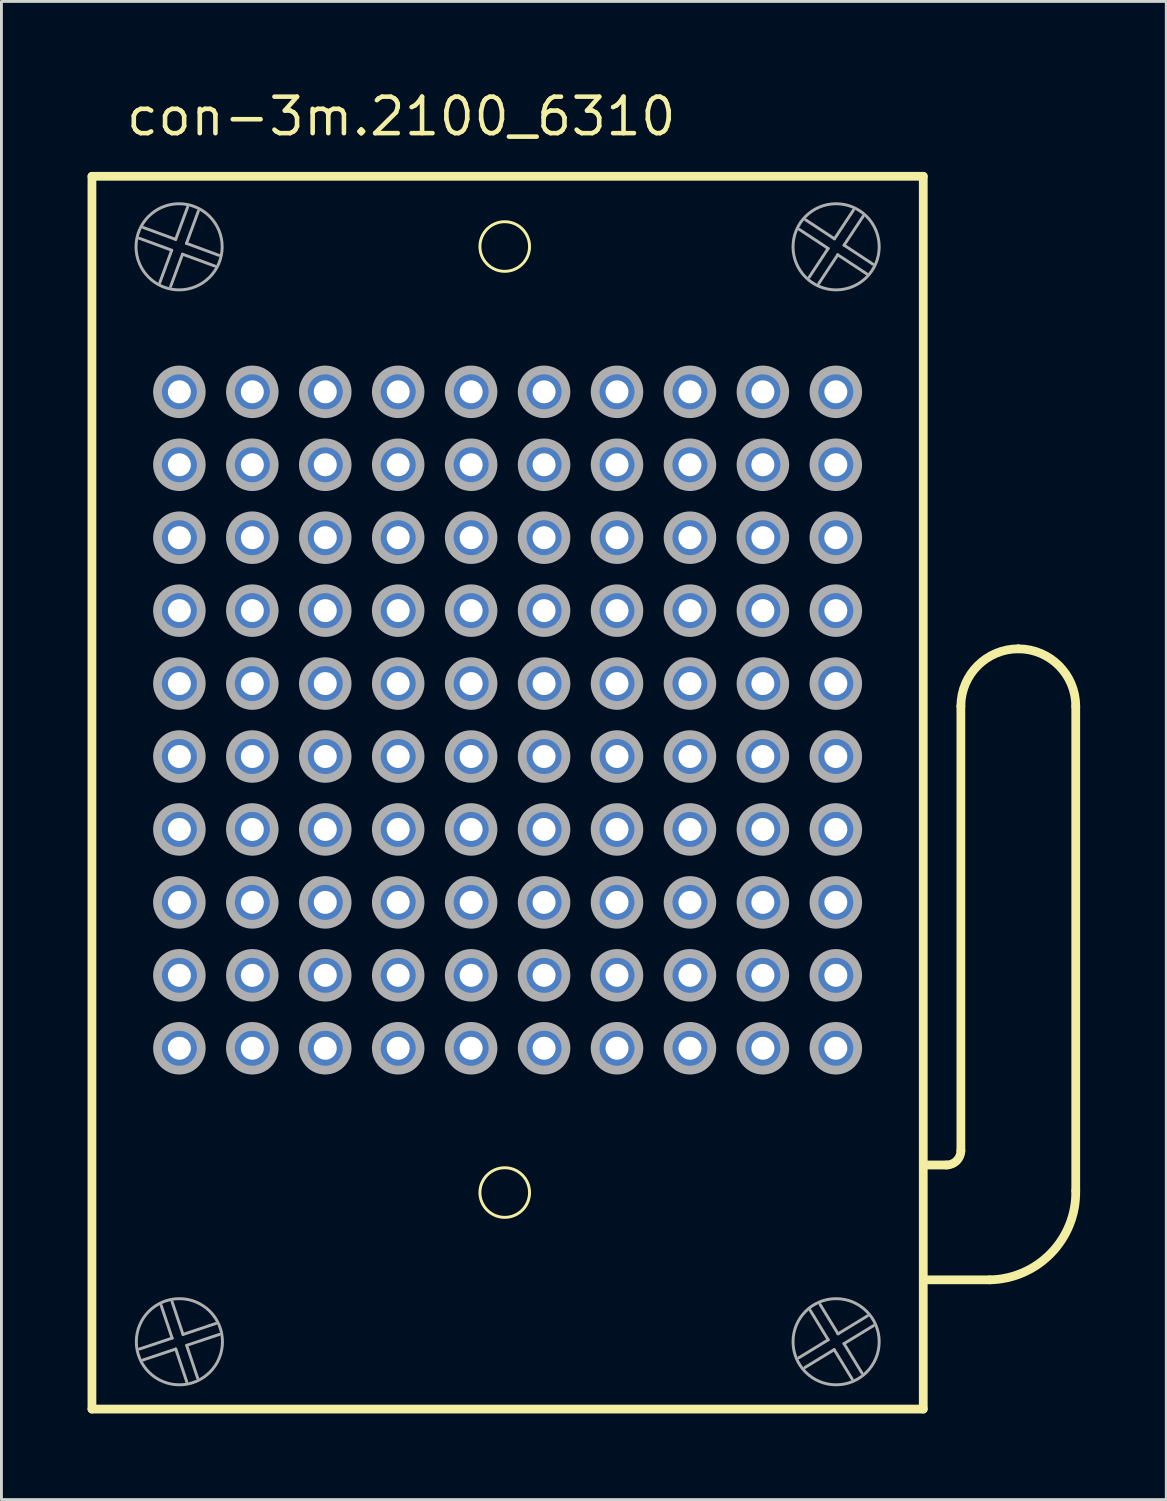
<source format=kicad_pcb>
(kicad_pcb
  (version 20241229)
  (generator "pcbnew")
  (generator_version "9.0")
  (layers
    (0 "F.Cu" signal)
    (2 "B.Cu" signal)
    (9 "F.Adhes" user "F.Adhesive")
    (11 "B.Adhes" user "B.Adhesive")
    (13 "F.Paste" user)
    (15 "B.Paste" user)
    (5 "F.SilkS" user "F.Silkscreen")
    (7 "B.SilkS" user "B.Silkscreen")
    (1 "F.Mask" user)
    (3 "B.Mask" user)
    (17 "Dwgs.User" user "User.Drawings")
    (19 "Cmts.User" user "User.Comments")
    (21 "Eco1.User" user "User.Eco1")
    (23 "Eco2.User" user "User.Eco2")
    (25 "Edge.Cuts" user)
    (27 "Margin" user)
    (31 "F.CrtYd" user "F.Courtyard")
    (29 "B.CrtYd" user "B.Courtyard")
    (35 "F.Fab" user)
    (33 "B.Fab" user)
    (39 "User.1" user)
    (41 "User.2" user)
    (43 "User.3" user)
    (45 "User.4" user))
  (footprint "con-3m.2100_6310"
    (layer "F.Cu")
    (at 14.627 22.025)
    (property "Reference" "con-3m.2100_6310" (at -13.365 -20.275 0) (layer "F.SilkS") (effects (font (size 1.27 1.27) (thickness 0.16)) (justify left bottom)))
    (attr through_hole)
    (fp_line (start -14.475 -18.935) (end 14.475 -18.935) (stroke (width 0.305) (type default)) (layer "F.SilkS"))
    (fp_line (start -14.475 23.995) (end -14.475 -18.935) (stroke (width 0.305) (type default)) (layer "F.SilkS"))
    (fp_line (start 14.475 -18.935) (end 14.475 23.995) (stroke (width 0.305) (type default)) (layer "F.SilkS"))
    (fp_line (start 14.475 23.995) (end -14.475 23.995) (stroke (width 0.305) (type default)) (layer "F.SilkS"))
    (fp_line (start 15.285 15.495) (end 14.521 15.495) (stroke (width 0.305) (type default)) (layer "F.SilkS"))
    (fp_line (start 15.785 14.995) (end 15.785 -0.48) (stroke (width 0.305) (type default)) (layer "F.SilkS"))
    (fp_line (start 16.785 19.495) (end 14.521 19.495) (stroke (width 0.305) (type default)) (layer "F.SilkS"))
    (fp_line (start 19.785 -0.48) (end 19.785 16.39) (stroke (width 0.305) (type default)) (layer "F.SilkS"))
    (fp_arc (start 15.785 -0.48) (mid 16.370786 -1.894214) (end 17.785 -2.48) (stroke (width 0.3048) (type default)) (layer "F.SilkS"))
    (fp_arc (start 15.785 14.995) (mid 15.638553 15.348553) (end 15.285 15.495) (stroke (width 0.3048) (type default)) (layer "F.SilkS"))
    (fp_arc (start 17.785 -2.48) (mid 19.199214 -1.894214) (end 19.785 -0.48) (stroke (width 0.3048) (type default)) (layer "F.SilkS"))
    (fp_arc (start 19.785 16.39) (mid 18.928067 18.56382) (end 16.785 19.495) (stroke (width 0.3048) (type default)) (layer "F.SilkS"))
    (fp_circle (center -0.1 -16.49) (end 0.764 -16.49) (stroke (width 0.102) (type default)) (fill no) (layer "F.SilkS"))
    (fp_circle (center -0.1 16.455) (end 0.764 16.455) (stroke (width 0.102) (type default)) (fill no) (layer "F.SilkS"))
    (fp_line (start -12.821 21.904) (end -11.683 21.524) (stroke (width 0.102) (type default)) (layer "F.Fab"))
    (fp_line (start -12.685 -17.151) (end -11.559 -16.737) (stroke (width 0.102) (type default)) (layer "F.Fab"))
    (fp_line (start -12.111 -15.235) (end -11.697 -16.361) (stroke (width 0.102) (type default)) (layer "F.Fab"))
    (fp_line (start -11.697 -16.361) (end -12.823 -16.776) (stroke (width 0.102) (type default)) (layer "F.Fab"))
    (fp_line (start -11.684 20.259) (end -11.304 21.397) (stroke (width 0.102) (type default)) (layer "F.Fab"))
    (fp_line (start -11.683 21.524) (end -12.064 20.386) (stroke (width 0.102) (type default)) (layer "F.Fab"))
    (fp_line (start -11.559 -16.737) (end -11.144 -17.863) (stroke (width 0.102) (type default)) (layer "F.Fab"))
    (fp_line (start -11.556 21.903) (end -12.694 22.284) (stroke (width 0.102) (type default)) (layer "F.Fab"))
    (fp_line (start -11.321 -16.223) (end -11.736 -15.097) (stroke (width 0.102) (type default)) (layer "F.Fab"))
    (fp_line (start -11.304 21.397) (end -10.166 21.016) (stroke (width 0.102) (type default)) (layer "F.Fab"))
    (fp_line (start -11.183 -16.599) (end -10.057 -16.184) (stroke (width 0.102) (type default)) (layer "F.Fab"))
    (fp_line (start -11.177 21.776) (end -10.796 22.914) (stroke (width 0.102) (type default)) (layer "F.Fab"))
    (fp_line (start -11.175 23.041) (end -11.556 21.903) (stroke (width 0.102) (type default)) (layer "F.Fab"))
    (fp_line (start -10.769 -17.725) (end -11.183 -16.599) (stroke (width 0.102) (type default)) (layer "F.Fab"))
    (fp_line (start -10.195 -15.809) (end -11.321 -16.223) (stroke (width 0.102) (type default)) (layer "F.Fab"))
    (fp_line (start -10.039 21.395) (end -11.177 21.776) (stroke (width 0.102) (type default)) (layer "F.Fab"))
    (fp_line (start 10.141 22.209) (end 11.165 21.583) (stroke (width 0.102) (type default)) (layer "F.Fab"))
    (fp_line (start 10.381 -17.418) (end 11.383 -16.757) (stroke (width 0.102) (type default)) (layer "F.Fab"))
    (fp_line (start 10.502 -15.421) (end 11.163 -16.423) (stroke (width 0.102) (type default)) (layer "F.Fab"))
    (fp_line (start 10.881 20.351) (end 11.507 21.375) (stroke (width 0.102) (type default)) (layer "F.Fab"))
    (fp_line (start 11.163 -16.423) (end 10.161 -17.084) (stroke (width 0.102) (type default)) (layer "F.Fab"))
    (fp_line (start 11.165 21.583) (end 10.54 20.559) (stroke (width 0.102) (type default)) (layer "F.Fab"))
    (fp_line (start 11.373 21.925) (end 10.349 22.55) (stroke (width 0.102) (type default)) (layer "F.Fab"))
    (fp_line (start 11.383 -16.757) (end 12.044 -17.759) (stroke (width 0.102) (type default)) (layer "F.Fab"))
    (fp_line (start 11.497 -16.203) (end 10.836 -15.201) (stroke (width 0.102) (type default)) (layer "F.Fab"))
    (fp_line (start 11.507 21.375) (end 12.531 20.75) (stroke (width 0.102) (type default)) (layer "F.Fab"))
    (fp_line (start 11.715 21.716) (end 12.34 22.741) (stroke (width 0.102) (type default)) (layer "F.Fab"))
    (fp_line (start 11.717 -16.537) (end 12.719 -15.876) (stroke (width 0.102) (type default)) (layer "F.Fab"))
    (fp_line (start 11.999 22.949) (end 11.373 21.925) (stroke (width 0.102) (type default)) (layer "F.Fab"))
    (fp_line (start 12.378 -17.539) (end 11.717 -16.537) (stroke (width 0.102) (type default)) (layer "F.Fab"))
    (fp_line (start 12.499 -15.542) (end 11.497 -16.203) (stroke (width 0.102) (type default)) (layer "F.Fab"))
    (fp_line (start 12.739 21.091) (end 11.715 21.716) (stroke (width 0.102) (type default)) (layer "F.Fab"))
    (fp_circle (center -11.44 -16.48) (end -9.94 -16.48) (stroke (width 0.102) (type default)) (fill no) (layer "F.Fab"))
    (fp_circle (center -11.43 -11.43) (end -10.668 -11.43) (stroke (width 0.305) (type default)) (fill no) (layer "F.Fab"))
    (fp_circle (center -11.43 -8.89) (end -10.668 -8.89) (stroke (width 0.305) (type default)) (fill no) (layer "F.Fab"))
    (fp_circle (center -11.43 -6.35) (end -10.668 -6.35) (stroke (width 0.305) (type default)) (fill no) (layer "F.Fab"))
    (fp_circle (center -11.43 -3.81) (end -10.668 -3.81) (stroke (width 0.305) (type default)) (fill no) (layer "F.Fab"))
    (fp_circle (center -11.43 -1.27) (end -10.668 -1.27) (stroke (width 0.305) (type default)) (fill no) (layer "F.Fab"))
    (fp_circle (center -11.43 1.27) (end -10.668 1.27) (stroke (width 0.305) (type default)) (fill no) (layer "F.Fab"))
    (fp_circle (center -11.43 3.81) (end -10.668 3.81) (stroke (width 0.305) (type default)) (fill no) (layer "F.Fab"))
    (fp_circle (center -11.43 6.35) (end -10.668 6.35) (stroke (width 0.305) (type default)) (fill no) (layer "F.Fab"))
    (fp_circle (center -11.43 8.89) (end -10.668 8.89) (stroke (width 0.305) (type default)) (fill no) (layer "F.Fab"))
    (fp_circle (center -11.43 11.43) (end -10.668 11.43) (stroke (width 0.305) (type default)) (fill no) (layer "F.Fab"))
    (fp_circle (center -11.43 21.65) (end -9.93 21.65) (stroke (width 0.102) (type default)) (fill no) (layer "F.Fab"))
    (fp_circle (center -8.89 -11.43) (end -8.128 -11.43) (stroke (width 0.305) (type default)) (fill no) (layer "F.Fab"))
    (fp_circle (center -8.89 -8.89) (end -8.128 -8.89) (stroke (width 0.305) (type default)) (fill no) (layer "F.Fab"))
    (fp_circle (center -8.89 -6.35) (end -8.128 -6.35) (stroke (width 0.305) (type default)) (fill no) (layer "F.Fab"))
    (fp_circle (center -8.89 -3.81) (end -8.128 -3.81) (stroke (width 0.305) (type default)) (fill no) (layer "F.Fab"))
    (fp_circle (center -8.89 -1.27) (end -8.128 -1.27) (stroke (width 0.305) (type default)) (fill no) (layer "F.Fab"))
    (fp_circle (center -8.89 1.27) (end -8.128 1.27) (stroke (width 0.305) (type default)) (fill no) (layer "F.Fab"))
    (fp_circle (center -8.89 3.81) (end -8.128 3.81) (stroke (width 0.305) (type default)) (fill no) (layer "F.Fab"))
    (fp_circle (center -8.89 6.35) (end -8.128 6.35) (stroke (width 0.305) (type default)) (fill no) (layer "F.Fab"))
    (fp_circle (center -8.89 8.89) (end -8.128 8.89) (stroke (width 0.305) (type default)) (fill no) (layer "F.Fab"))
    (fp_circle (center -8.89 11.43) (end -8.128 11.43) (stroke (width 0.305) (type default)) (fill no) (layer "F.Fab"))
    (fp_circle (center -6.35 -11.43) (end -5.588 -11.43) (stroke (width 0.305) (type default)) (fill no) (layer "F.Fab"))
    (fp_circle (center -6.35 -8.89) (end -5.588 -8.89) (stroke (width 0.305) (type default)) (fill no) (layer "F.Fab"))
    (fp_circle (center -6.35 -6.35) (end -5.588 -6.35) (stroke (width 0.305) (type default)) (fill no) (layer "F.Fab"))
    (fp_circle (center -6.35 -3.81) (end -5.588 -3.81) (stroke (width 0.305) (type default)) (fill no) (layer "F.Fab"))
    (fp_circle (center -6.35 -1.27) (end -5.588 -1.27) (stroke (width 0.305) (type default)) (fill no) (layer "F.Fab"))
    (fp_circle (center -6.35 1.27) (end -5.588 1.27) (stroke (width 0.305) (type default)) (fill no) (layer "F.Fab"))
    (fp_circle (center -6.35 3.81) (end -5.588 3.81) (stroke (width 0.305) (type default)) (fill no) (layer "F.Fab"))
    (fp_circle (center -6.35 6.35) (end -5.588 6.35) (stroke (width 0.305) (type default)) (fill no) (layer "F.Fab"))
    (fp_circle (center -6.35 8.89) (end -5.588 8.89) (stroke (width 0.305) (type default)) (fill no) (layer "F.Fab"))
    (fp_circle (center -6.35 11.43) (end -5.588 11.43) (stroke (width 0.305) (type default)) (fill no) (layer "F.Fab"))
    (fp_circle (center -3.81 -11.43) (end -3.048 -11.43) (stroke (width 0.305) (type default)) (fill no) (layer "F.Fab"))
    (fp_circle (center -3.81 -8.89) (end -3.048 -8.89) (stroke (width 0.305) (type default)) (fill no) (layer "F.Fab"))
    (fp_circle (center -3.81 -6.35) (end -3.048 -6.35) (stroke (width 0.305) (type default)) (fill no) (layer "F.Fab"))
    (fp_circle (center -3.81 -3.81) (end -3.048 -3.81) (stroke (width 0.305) (type default)) (fill no) (layer "F.Fab"))
    (fp_circle (center -3.81 -1.27) (end -3.048 -1.27) (stroke (width 0.305) (type default)) (fill no) (layer "F.Fab"))
    (fp_circle (center -3.81 1.27) (end -3.048 1.27) (stroke (width 0.305) (type default)) (fill no) (layer "F.Fab"))
    (fp_circle (center -3.81 3.81) (end -3.048 3.81) (stroke (width 0.305) (type default)) (fill no) (layer "F.Fab"))
    (fp_circle (center -3.81 6.35) (end -3.048 6.35) (stroke (width 0.305) (type default)) (fill no) (layer "F.Fab"))
    (fp_circle (center -3.81 8.89) (end -3.048 8.89) (stroke (width 0.305) (type default)) (fill no) (layer "F.Fab"))
    (fp_circle (center -3.81 11.43) (end -3.048 11.43) (stroke (width 0.305) (type default)) (fill no) (layer "F.Fab"))
    (fp_circle (center -1.27 -11.43) (end -0.508 -11.43) (stroke (width 0.305) (type default)) (fill no) (layer "F.Fab"))
    (fp_circle (center -1.27 -8.89) (end -0.508 -8.89) (stroke (width 0.305) (type default)) (fill no) (layer "F.Fab"))
    (fp_circle (center -1.27 -6.35) (end -0.508 -6.35) (stroke (width 0.305) (type default)) (fill no) (layer "F.Fab"))
    (fp_circle (center -1.27 -3.81) (end -0.508 -3.81) (stroke (width 0.305) (type default)) (fill no) (layer "F.Fab"))
    (fp_circle (center -1.27 -1.27) (end -0.508 -1.27) (stroke (width 0.305) (type default)) (fill no) (layer "F.Fab"))
    (fp_circle (center -1.27 1.27) (end -0.508 1.27) (stroke (width 0.305) (type default)) (fill no) (layer "F.Fab"))
    (fp_circle (center -1.27 3.81) (end -0.508 3.81) (stroke (width 0.305) (type default)) (fill no) (layer "F.Fab"))
    (fp_circle (center -1.27 6.35) (end -0.508 6.35) (stroke (width 0.305) (type default)) (fill no) (layer "F.Fab"))
    (fp_circle (center -1.27 8.89) (end -0.508 8.89) (stroke (width 0.305) (type default)) (fill no) (layer "F.Fab"))
    (fp_circle (center -1.27 11.43) (end -0.508 11.43) (stroke (width 0.305) (type default)) (fill no) (layer "F.Fab"))
    (fp_circle (center 1.27 -11.43) (end 2.032 -11.43) (stroke (width 0.305) (type default)) (fill no) (layer "F.Fab"))
    (fp_circle (center 1.27 -8.89) (end 2.032 -8.89) (stroke (width 0.305) (type default)) (fill no) (layer "F.Fab"))
    (fp_circle (center 1.27 -6.35) (end 2.032 -6.35) (stroke (width 0.305) (type default)) (fill no) (layer "F.Fab"))
    (fp_circle (center 1.27 -3.81) (end 2.032 -3.81) (stroke (width 0.305) (type default)) (fill no) (layer "F.Fab"))
    (fp_circle (center 1.27 -1.27) (end 2.032 -1.27) (stroke (width 0.305) (type default)) (fill no) (layer "F.Fab"))
    (fp_circle (center 1.27 1.27) (end 2.032 1.27) (stroke (width 0.305) (type default)) (fill no) (layer "F.Fab"))
    (fp_circle (center 1.27 3.81) (end 2.032 3.81) (stroke (width 0.305) (type default)) (fill no) (layer "F.Fab"))
    (fp_circle (center 1.27 6.35) (end 2.032 6.35) (stroke (width 0.305) (type default)) (fill no) (layer "F.Fab"))
    (fp_circle (center 1.27 8.89) (end 2.032 8.89) (stroke (width 0.305) (type default)) (fill no) (layer "F.Fab"))
    (fp_circle (center 1.27 11.43) (end 2.032 11.43) (stroke (width 0.305) (type default)) (fill no) (layer "F.Fab"))
    (fp_circle (center 3.81 -11.43) (end 4.572 -11.43) (stroke (width 0.305) (type default)) (fill no) (layer "F.Fab"))
    (fp_circle (center 3.81 -8.89) (end 4.572 -8.89) (stroke (width 0.305) (type default)) (fill no) (layer "F.Fab"))
    (fp_circle (center 3.81 -6.35) (end 4.572 -6.35) (stroke (width 0.305) (type default)) (fill no) (layer "F.Fab"))
    (fp_circle (center 3.81 -3.81) (end 4.572 -3.81) (stroke (width 0.305) (type default)) (fill no) (layer "F.Fab"))
    (fp_circle (center 3.81 -1.27) (end 4.572 -1.27) (stroke (width 0.305) (type default)) (fill no) (layer "F.Fab"))
    (fp_circle (center 3.81 1.27) (end 4.572 1.27) (stroke (width 0.305) (type default)) (fill no) (layer "F.Fab"))
    (fp_circle (center 3.81 3.81) (end 4.572 3.81) (stroke (width 0.305) (type default)) (fill no) (layer "F.Fab"))
    (fp_circle (center 3.81 6.35) (end 4.572 6.35) (stroke (width 0.305) (type default)) (fill no) (layer "F.Fab"))
    (fp_circle (center 3.81 8.89) (end 4.572 8.89) (stroke (width 0.305) (type default)) (fill no) (layer "F.Fab"))
    (fp_circle (center 3.81 11.43) (end 4.572 11.43) (stroke (width 0.305) (type default)) (fill no) (layer "F.Fab"))
    (fp_circle (center 6.35 -11.43) (end 7.112 -11.43) (stroke (width 0.305) (type default)) (fill no) (layer "F.Fab"))
    (fp_circle (center 6.35 -8.89) (end 7.112 -8.89) (stroke (width 0.305) (type default)) (fill no) (layer "F.Fab"))
    (fp_circle (center 6.35 -6.35) (end 7.112 -6.35) (stroke (width 0.305) (type default)) (fill no) (layer "F.Fab"))
    (fp_circle (center 6.35 -3.81) (end 7.112 -3.81) (stroke (width 0.305) (type default)) (fill no) (layer "F.Fab"))
    (fp_circle (center 6.35 -1.27) (end 7.112 -1.27) (stroke (width 0.305) (type default)) (fill no) (layer "F.Fab"))
    (fp_circle (center 6.35 1.27) (end 7.112 1.27) (stroke (width 0.305) (type default)) (fill no) (layer "F.Fab"))
    (fp_circle (center 6.35 3.81) (end 7.112 3.81) (stroke (width 0.305) (type default)) (fill no) (layer "F.Fab"))
    (fp_circle (center 6.35 6.35) (end 7.112 6.35) (stroke (width 0.305) (type default)) (fill no) (layer "F.Fab"))
    (fp_circle (center 6.35 8.89) (end 7.112 8.89) (stroke (width 0.305) (type default)) (fill no) (layer "F.Fab"))
    (fp_circle (center 6.35 11.43) (end 7.112 11.43) (stroke (width 0.305) (type default)) (fill no) (layer "F.Fab"))
    (fp_circle (center 8.89 -11.43) (end 9.652 -11.43) (stroke (width 0.305) (type default)) (fill no) (layer "F.Fab"))
    (fp_circle (center 8.89 -8.89) (end 9.652 -8.89) (stroke (width 0.305) (type default)) (fill no) (layer "F.Fab"))
    (fp_circle (center 8.89 -6.35) (end 9.652 -6.35) (stroke (width 0.305) (type default)) (fill no) (layer "F.Fab"))
    (fp_circle (center 8.89 -3.81) (end 9.652 -3.81) (stroke (width 0.305) (type default)) (fill no) (layer "F.Fab"))
    (fp_circle (center 8.89 -1.27) (end 9.652 -1.27) (stroke (width 0.305) (type default)) (fill no) (layer "F.Fab"))
    (fp_circle (center 8.89 1.27) (end 9.652 1.27) (stroke (width 0.305) (type default)) (fill no) (layer "F.Fab"))
    (fp_circle (center 8.89 3.81) (end 9.652 3.81) (stroke (width 0.305) (type default)) (fill no) (layer "F.Fab"))
    (fp_circle (center 8.89 6.35) (end 9.652 6.35) (stroke (width 0.305) (type default)) (fill no) (layer "F.Fab"))
    (fp_circle (center 8.89 8.89) (end 9.652 8.89) (stroke (width 0.305) (type default)) (fill no) (layer "F.Fab"))
    (fp_circle (center 8.89 11.43) (end 9.652 11.43) (stroke (width 0.305) (type default)) (fill no) (layer "F.Fab"))
    (fp_circle (center 11.43 -11.43) (end 12.192 -11.43) (stroke (width 0.305) (type default)) (fill no) (layer "F.Fab"))
    (fp_circle (center 11.43 -8.89) (end 12.192 -8.89) (stroke (width 0.305) (type default)) (fill no) (layer "F.Fab"))
    (fp_circle (center 11.43 -6.35) (end 12.192 -6.35) (stroke (width 0.305) (type default)) (fill no) (layer "F.Fab"))
    (fp_circle (center 11.43 -3.81) (end 12.192 -3.81) (stroke (width 0.305) (type default)) (fill no) (layer "F.Fab"))
    (fp_circle (center 11.43 -1.27) (end 12.192 -1.27) (stroke (width 0.305) (type default)) (fill no) (layer "F.Fab"))
    (fp_circle (center 11.43 1.27) (end 12.192 1.27) (stroke (width 0.305) (type default)) (fill no) (layer "F.Fab"))
    (fp_circle (center 11.43 3.81) (end 12.192 3.81) (stroke (width 0.305) (type default)) (fill no) (layer "F.Fab"))
    (fp_circle (center 11.43 6.35) (end 12.192 6.35) (stroke (width 0.305) (type default)) (fill no) (layer "F.Fab"))
    (fp_circle (center 11.43 8.89) (end 12.192 8.89) (stroke (width 0.305) (type default)) (fill no) (layer "F.Fab"))
    (fp_circle (center 11.43 11.43) (end 12.192 11.43) (stroke (width 0.305) (type default)) (fill no) (layer "F.Fab"))
    (fp_circle (center 11.44 -16.48) (end 12.94 -16.48) (stroke (width 0.102) (type default)) (fill no) (layer "F.Fab"))
    (fp_circle (center 11.44 21.65) (end 12.94 21.65) (stroke (width 0.102) (type default)) (fill no) (layer "F.Fab"))
    (pad "A1" thru_hole circle (at -11.43 -11.43) (size 1.4 1.4) (drill 0.8) (layers "*.Cu" "*.Mask"))
    (pad "A2" thru_hole circle (at -8.89 -11.43) (size 1.4 1.4) (drill 0.8) (layers "*.Cu" "*.Mask"))
    (pad "A3" thru_hole circle (at -6.35 -11.43) (size 1.4 1.4) (drill 0.8) (layers "*.Cu" "*.Mask"))
    (pad "A4" thru_hole circle (at -3.81 -11.43) (size 1.4 1.4) (drill 0.8) (layers "*.Cu" "*.Mask"))
    (pad "A5" thru_hole circle (at -1.27 -11.43) (size 1.4 1.4) (drill 0.8) (layers "*.Cu" "*.Mask"))
    (pad "A6" thru_hole circle (at 1.27 -11.43) (size 1.4 1.4) (drill 0.8) (layers "*.Cu" "*.Mask"))
    (pad "A7" thru_hole circle (at 3.81 -11.43) (size 1.4 1.4) (drill 0.8) (layers "*.Cu" "*.Mask"))
    (pad "A8" thru_hole circle (at 6.35 -11.43) (size 1.4 1.4) (drill 0.8) (layers "*.Cu" "*.Mask"))
    (pad "A9" thru_hole circle (at 8.89 -11.43) (size 1.4 1.4) (drill 0.8) (layers "*.Cu" "*.Mask"))
    (pad "A10" thru_hole circle (at 11.43 -11.43) (size 1.4 1.4) (drill 0.8) (layers "*.Cu" "*.Mask"))
    (pad "B1" thru_hole circle (at -11.43 -8.89) (size 1.4 1.4) (drill 0.8) (layers "*.Cu" "*.Mask"))
    (pad "B2" thru_hole circle (at -8.89 -8.89) (size 1.4 1.4) (drill 0.8) (layers "*.Cu" "*.Mask"))
    (pad "B3" thru_hole circle (at -6.35 -8.89) (size 1.4 1.4) (drill 0.8) (layers "*.Cu" "*.Mask"))
    (pad "B4" thru_hole circle (at -3.81 -8.89) (size 1.4 1.4) (drill 0.8) (layers "*.Cu" "*.Mask"))
    (pad "B5" thru_hole circle (at -1.27 -8.89) (size 1.4 1.4) (drill 0.8) (layers "*.Cu" "*.Mask"))
    (pad "B6" thru_hole circle (at 1.27 -8.89) (size 1.4 1.4) (drill 0.8) (layers "*.Cu" "*.Mask"))
    (pad "B7" thru_hole circle (at 3.81 -8.89) (size 1.4 1.4) (drill 0.8) (layers "*.Cu" "*.Mask"))
    (pad "B8" thru_hole circle (at 6.35 -8.89) (size 1.4 1.4) (drill 0.8) (layers "*.Cu" "*.Mask"))
    (pad "B9" thru_hole circle (at 8.89 -8.89) (size 1.4 1.4) (drill 0.8) (layers "*.Cu" "*.Mask"))
    (pad "B10" thru_hole circle (at 11.43 -8.89) (size 1.4 1.4) (drill 0.8) (layers "*.Cu" "*.Mask"))
    (pad "C1" thru_hole circle (at -11.43 -6.35) (size 1.4 1.4) (drill 0.8) (layers "*.Cu" "*.Mask"))
    (pad "C2" thru_hole circle (at -8.89 -6.35) (size 1.4 1.4) (drill 0.8) (layers "*.Cu" "*.Mask"))
    (pad "C3" thru_hole circle (at -6.35 -6.35) (size 1.4 1.4) (drill 0.8) (layers "*.Cu" "*.Mask"))
    (pad "C4" thru_hole circle (at -3.81 -6.35) (size 1.4 1.4) (drill 0.8) (layers "*.Cu" "*.Mask"))
    (pad "C5" thru_hole circle (at -1.27 -6.35) (size 1.4 1.4) (drill 0.8) (layers "*.Cu" "*.Mask"))
    (pad "C6" thru_hole circle (at 1.27 -6.35) (size 1.4 1.4) (drill 0.8) (layers "*.Cu" "*.Mask"))
    (pad "C7" thru_hole circle (at 3.81 -6.35) (size 1.4 1.4) (drill 0.8) (layers "*.Cu" "*.Mask"))
    (pad "C8" thru_hole circle (at 6.35 -6.35) (size 1.4 1.4) (drill 0.8) (layers "*.Cu" "*.Mask"))
    (pad "C9" thru_hole circle (at 8.89 -6.35) (size 1.4 1.4) (drill 0.8) (layers "*.Cu" "*.Mask"))
    (pad "C10" thru_hole circle (at 11.43 -6.35) (size 1.4 1.4) (drill 0.8) (layers "*.Cu" "*.Mask"))
    (pad "D1" thru_hole circle (at -11.43 -3.81) (size 1.4 1.4) (drill 0.8) (layers "*.Cu" "*.Mask"))
    (pad "D2" thru_hole circle (at -8.89 -3.81) (size 1.4 1.4) (drill 0.8) (layers "*.Cu" "*.Mask"))
    (pad "D3" thru_hole circle (at -6.35 -3.81) (size 1.4 1.4) (drill 0.8) (layers "*.Cu" "*.Mask"))
    (pad "D4" thru_hole circle (at -3.81 -3.81) (size 1.4 1.4) (drill 0.8) (layers "*.Cu" "*.Mask"))
    (pad "D5" thru_hole circle (at -1.27 -3.81) (size 1.4 1.4) (drill 0.8) (layers "*.Cu" "*.Mask"))
    (pad "D6" thru_hole circle (at 1.27 -3.81) (size 1.4 1.4) (drill 0.8) (layers "*.Cu" "*.Mask"))
    (pad "D7" thru_hole circle (at 3.81 -3.81) (size 1.4 1.4) (drill 0.8) (layers "*.Cu" "*.Mask"))
    (pad "D8" thru_hole circle (at 6.35 -3.81) (size 1.4 1.4) (drill 0.8) (layers "*.Cu" "*.Mask"))
    (pad "D9" thru_hole circle (at 8.89 -3.81) (size 1.4 1.4) (drill 0.8) (layers "*.Cu" "*.Mask"))
    (pad "D10" thru_hole circle (at 11.43 -3.81) (size 1.4 1.4) (drill 0.8) (layers "*.Cu" "*.Mask"))
    (pad "E1" thru_hole circle (at -11.43 -1.27) (size 1.4 1.4) (drill 0.8) (layers "*.Cu" "*.Mask"))
    (pad "E2" thru_hole circle (at -8.89 -1.27) (size 1.4 1.4) (drill 0.8) (layers "*.Cu" "*.Mask"))
    (pad "E3" thru_hole circle (at -6.35 -1.27) (size 1.4 1.4) (drill 0.8) (layers "*.Cu" "*.Mask"))
    (pad "E4" thru_hole circle (at -3.81 -1.27) (size 1.4 1.4) (drill 0.8) (layers "*.Cu" "*.Mask"))
    (pad "E5" thru_hole circle (at -1.27 -1.27) (size 1.4 1.4) (drill 0.8) (layers "*.Cu" "*.Mask"))
    (pad "E6" thru_hole circle (at 1.27 -1.27) (size 1.4 1.4) (drill 0.8) (layers "*.Cu" "*.Mask"))
    (pad "E7" thru_hole circle (at 3.81 -1.27) (size 1.4 1.4) (drill 0.8) (layers "*.Cu" "*.Mask"))
    (pad "E8" thru_hole circle (at 6.35 -1.27) (size 1.4 1.4) (drill 0.8) (layers "*.Cu" "*.Mask"))
    (pad "E9" thru_hole circle (at 8.89 -1.27) (size 1.4 1.4) (drill 0.8) (layers "*.Cu" "*.Mask"))
    (pad "E10" thru_hole circle (at 11.43 -1.27) (size 1.4 1.4) (drill 0.8) (layers "*.Cu" "*.Mask"))
    (pad "F1" thru_hole circle (at -11.43 1.27) (size 1.4 1.4) (drill 0.8) (layers "*.Cu" "*.Mask"))
    (pad "F2" thru_hole circle (at -8.89 1.27) (size 1.4 1.4) (drill 0.8) (layers "*.Cu" "*.Mask"))
    (pad "F3" thru_hole circle (at -6.35 1.27) (size 1.4 1.4) (drill 0.8) (layers "*.Cu" "*.Mask"))
    (pad "F4" thru_hole circle (at -3.81 1.27) (size 1.4 1.4) (drill 0.8) (layers "*.Cu" "*.Mask"))
    (pad "F5" thru_hole circle (at -1.27 1.27) (size 1.4 1.4) (drill 0.8) (layers "*.Cu" "*.Mask"))
    (pad "F6" thru_hole circle (at 1.27 1.27) (size 1.4 1.4) (drill 0.8) (layers "*.Cu" "*.Mask"))
    (pad "F7" thru_hole circle (at 3.81 1.27) (size 1.4 1.4) (drill 0.8) (layers "*.Cu" "*.Mask"))
    (pad "F8" thru_hole circle (at 6.35 1.27) (size 1.4 1.4) (drill 0.8) (layers "*.Cu" "*.Mask"))
    (pad "F9" thru_hole circle (at 8.89 1.27) (size 1.4 1.4) (drill 0.8) (layers "*.Cu" "*.Mask"))
    (pad "F10" thru_hole circle (at 11.43 1.27) (size 1.4 1.4) (drill 0.8) (layers "*.Cu" "*.Mask"))
    (pad "G1" thru_hole circle (at -11.43 3.81) (size 1.4 1.4) (drill 0.8) (layers "*.Cu" "*.Mask"))
    (pad "G2" thru_hole circle (at -8.89 3.81) (size 1.4 1.4) (drill 0.8) (layers "*.Cu" "*.Mask"))
    (pad "G3" thru_hole circle (at -6.35 3.81) (size 1.4 1.4) (drill 0.8) (layers "*.Cu" "*.Mask"))
    (pad "G4" thru_hole circle (at -3.81 3.81) (size 1.4 1.4) (drill 0.8) (layers "*.Cu" "*.Mask"))
    (pad "G5" thru_hole circle (at -1.27 3.81) (size 1.4 1.4) (drill 0.8) (layers "*.Cu" "*.Mask"))
    (pad "G6" thru_hole circle (at 1.27 3.81) (size 1.4 1.4) (drill 0.8) (layers "*.Cu" "*.Mask"))
    (pad "G7" thru_hole circle (at 3.81 3.81) (size 1.4 1.4) (drill 0.8) (layers "*.Cu" "*.Mask"))
    (pad "G8" thru_hole circle (at 6.35 3.81) (size 1.4 1.4) (drill 0.8) (layers "*.Cu" "*.Mask"))
    (pad "G9" thru_hole circle (at 8.89 3.81) (size 1.4 1.4) (drill 0.8) (layers "*.Cu" "*.Mask"))
    (pad "G10" thru_hole circle (at 11.43 3.81) (size 1.4 1.4) (drill 0.8) (layers "*.Cu" "*.Mask"))
    (pad "H1" thru_hole circle (at -11.43 6.35) (size 1.4 1.4) (drill 0.8) (layers "*.Cu" "*.Mask"))
    (pad "H2" thru_hole circle (at -8.89 6.35) (size 1.4 1.4) (drill 0.8) (layers "*.Cu" "*.Mask"))
    (pad "H3" thru_hole circle (at -6.35 6.35) (size 1.4 1.4) (drill 0.8) (layers "*.Cu" "*.Mask"))
    (pad "H4" thru_hole circle (at -3.81 6.35) (size 1.4 1.4) (drill 0.8) (layers "*.Cu" "*.Mask"))
    (pad "H5" thru_hole circle (at -1.27 6.35) (size 1.4 1.4) (drill 0.8) (layers "*.Cu" "*.Mask"))
    (pad "H6" thru_hole circle (at 1.27 6.35) (size 1.4 1.4) (drill 0.8) (layers "*.Cu" "*.Mask"))
    (pad "H7" thru_hole circle (at 3.81 6.35) (size 1.4 1.4) (drill 0.8) (layers "*.Cu" "*.Mask"))
    (pad "H8" thru_hole circle (at 6.35 6.35) (size 1.4 1.4) (drill 0.8) (layers "*.Cu" "*.Mask"))
    (pad "H9" thru_hole circle (at 8.89 6.35) (size 1.4 1.4) (drill 0.8) (layers "*.Cu" "*.Mask"))
    (pad "H10" thru_hole circle (at 11.43 6.35) (size 1.4 1.4) (drill 0.8) (layers "*.Cu" "*.Mask"))
    (pad "J1" thru_hole circle (at -11.43 8.89) (size 1.4 1.4) (drill 0.8) (layers "*.Cu" "*.Mask"))
    (pad "J2" thru_hole circle (at -8.89 8.89) (size 1.4 1.4) (drill 0.8) (layers "*.Cu" "*.Mask"))
    (pad "J3" thru_hole circle (at -6.35 8.89) (size 1.4 1.4) (drill 0.8) (layers "*.Cu" "*.Mask"))
    (pad "J4" thru_hole circle (at -3.81 8.89) (size 1.4 1.4) (drill 0.8) (layers "*.Cu" "*.Mask"))
    (pad "J5" thru_hole circle (at -1.27 8.89) (size 1.4 1.4) (drill 0.8) (layers "*.Cu" "*.Mask"))
    (pad "J6" thru_hole circle (at 1.27 8.89) (size 1.4 1.4) (drill 0.8) (layers "*.Cu" "*.Mask"))
    (pad "J7" thru_hole circle (at 3.81 8.89) (size 1.4 1.4) (drill 0.8) (layers "*.Cu" "*.Mask"))
    (pad "J8" thru_hole circle (at 6.35 8.89) (size 1.4 1.4) (drill 0.8) (layers "*.Cu" "*.Mask"))
    (pad "J9" thru_hole circle (at 8.89 8.89) (size 1.4 1.4) (drill 0.8) (layers "*.Cu" "*.Mask"))
    (pad "J10" thru_hole circle (at 11.43 8.89) (size 1.4 1.4) (drill 0.8) (layers "*.Cu" "*.Mask"))
    (pad "K1" thru_hole circle (at -11.43 11.43) (size 1.4 1.4) (drill 0.8) (layers "*.Cu" "*.Mask"))
    (pad "K2" thru_hole circle (at -8.89 11.43) (size 1.4 1.4) (drill 0.8) (layers "*.Cu" "*.Mask"))
    (pad "K3" thru_hole circle (at -6.35 11.43) (size 1.4 1.4) (drill 0.8) (layers "*.Cu" "*.Mask"))
    (pad "K4" thru_hole circle (at -3.81 11.43) (size 1.4 1.4) (drill 0.8) (layers "*.Cu" "*.Mask"))
    (pad "K5" thru_hole circle (at -1.27 11.43) (size 1.4 1.4) (drill 0.8) (layers "*.Cu" "*.Mask"))
    (pad "K6" thru_hole circle (at 1.27 11.43) (size 1.4 1.4) (drill 0.8) (layers "*.Cu" "*.Mask"))
    (pad "K7" thru_hole circle (at 3.81 11.43) (size 1.4 1.4) (drill 0.8) (layers "*.Cu" "*.Mask"))
    (pad "K8" thru_hole circle (at 6.35 11.43) (size 1.4 1.4) (drill 0.8) (layers "*.Cu" "*.Mask"))
    (pad "K9" thru_hole circle (at 8.89 11.43) (size 1.4 1.4) (drill 0.8) (layers "*.Cu" "*.Mask"))
    (pad "K10" thru_hole circle (at 11.43 11.43) (size 1.4 1.4) (drill 0.8) (layers "*.Cu" "*.Mask")))
  (gr_rect
    (start -3 -3)
    (end 37.565 49.172)
    (stroke (width 0.1) (type default))
    (fill no)
    (layer "Edge.Cuts")))
</source>
